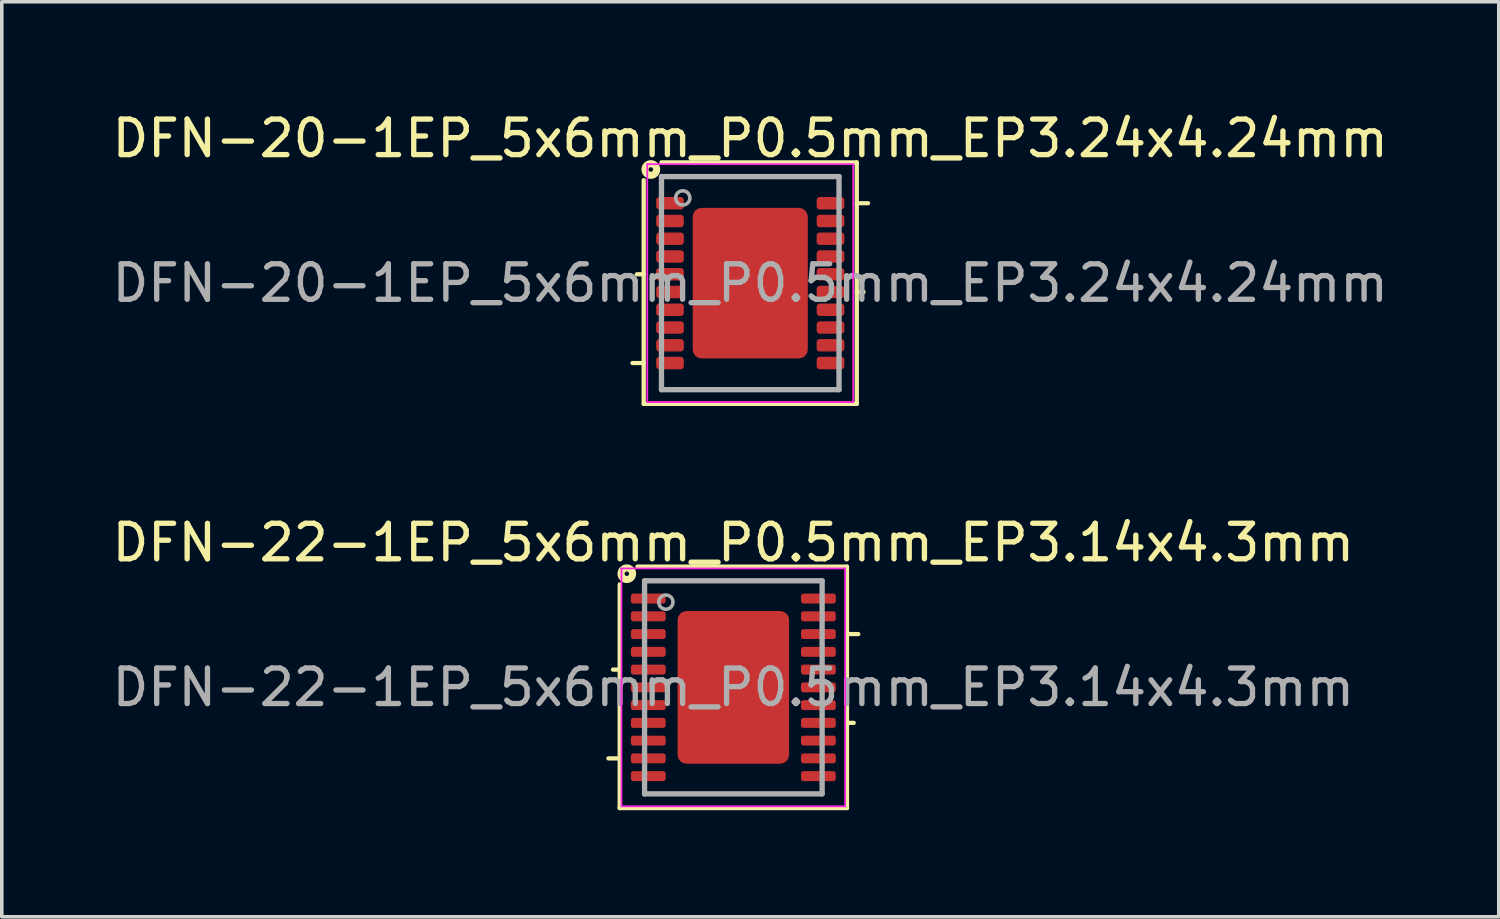
<source format=kicad_pcb>
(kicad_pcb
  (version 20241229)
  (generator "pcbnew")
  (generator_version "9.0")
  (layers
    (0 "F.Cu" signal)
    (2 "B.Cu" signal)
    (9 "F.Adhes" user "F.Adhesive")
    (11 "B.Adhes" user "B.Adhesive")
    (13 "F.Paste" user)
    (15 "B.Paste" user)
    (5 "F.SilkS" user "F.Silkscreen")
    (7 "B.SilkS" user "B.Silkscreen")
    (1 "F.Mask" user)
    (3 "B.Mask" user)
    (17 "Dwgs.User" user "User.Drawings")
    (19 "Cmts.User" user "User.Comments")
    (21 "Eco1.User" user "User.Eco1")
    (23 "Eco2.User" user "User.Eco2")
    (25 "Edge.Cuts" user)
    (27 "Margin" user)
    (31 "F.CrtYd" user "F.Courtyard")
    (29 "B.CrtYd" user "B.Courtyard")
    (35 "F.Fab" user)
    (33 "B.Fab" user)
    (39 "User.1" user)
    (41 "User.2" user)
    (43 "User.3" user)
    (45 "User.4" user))
  (footprint "DFN-22-1EP_5x6mm_P0.5mm_EP3.14x4.3mm"
    (layer "F.Cu")
    (at 17.601 16.306)
    (property "Reference" "DFN-22-1EP_5x6mm_P0.5mm_EP3.14x4.3mm" (at 0 -4.075 0) (layer "F.SilkS") (effects (font (size 1 1) (thickness 0.15))))
    (attr smd)
    (fp_line (start -3.2 -0.5) (end -3.39 -0.5) (stroke (width 0.12) (type solid)) (layer "F.SilkS"))
    (fp_line (start -3.2 2) (end -3.518 2) (stroke (width 0.12) (type solid)) (layer "F.SilkS"))
    (fp_line (start -3.2 3.4) (end -3.2 -2.9) (stroke (width 0.12) (type solid)) (layer "F.SilkS"))
    (fp_line (start -2.7 -3.4) (end 3.2 -3.4) (stroke (width 0.12) (type solid)) (layer "F.SilkS"))
    (fp_line (start 3.2 -3.4) (end 3.2 3.4) (stroke (width 0.12) (type solid)) (layer "F.SilkS"))
    (fp_line (start 3.2 -1.5) (end 3.518 -1.5) (stroke (width 0.12) (type solid)) (layer "F.SilkS"))
    (fp_line (start 3.2 1) (end 3.39 1) (stroke (width 0.12) (type solid)) (layer "F.SilkS"))
    (fp_line (start 3.2 3.4) (end -3.2 3.4) (stroke (width 0.12) (type solid)) (layer "F.SilkS"))
    (fp_circle (center -3 -3.2) (end -2.937 -3.2) (stroke (width 0.2) (type solid)) (fill no) (layer "F.SilkS"))
    (fp_line (start -3.15 -3.35) (end -3.15 3.35) (stroke (width 0.05) (type solid)) (layer "F.CrtYd"))
    (fp_line (start -3.15 -3.35) (end 3.15 -3.35) (stroke (width 0.05) (type solid)) (layer "F.CrtYd"))
    (fp_line (start -3.15 3.35) (end 3.15 3.35) (stroke (width 0.05) (type solid)) (layer "F.CrtYd"))
    (fp_line (start 3.15 -3.35) (end 3.15 3.35) (stroke (width 0.05) (type solid)) (layer "F.CrtYd"))
    (fp_line (start -2.5 -3) (end 2.5 -3) (stroke (width 0.15) (type solid)) (layer "F.Fab"))
    (fp_line (start -2.5 3) (end -2.5 -3) (stroke (width 0.15) (type solid)) (layer "F.Fab"))
    (fp_line (start 2.5 -3) (end 2.5 3) (stroke (width 0.15) (type solid)) (layer "F.Fab"))
    (fp_line (start 2.5 3) (end -2.5 3) (stroke (width 0.15) (type solid)) (layer "F.Fab"))
    (fp_circle (center -1.9 -2.4) (end -1.7 -2.4) (stroke (width 0.1) (type solid)) (fill no) (layer "F.Fab"))
    (fp_text user "${REFERENCE}" (at 0 0 0) (layer "F.Fab") (effects (font (size 1 1) (thickness 0.15))))
    (pad "" smd roundrect (at -1.05 -1.613) (size 0.855 0.855) (layers "F.Paste") (roundrect_rratio 0.25))
    (pad "" smd roundrect (at -1.05 -0.537) (size 0.855 0.855) (layers "F.Paste") (roundrect_rratio 0.25))
    (pad "" smd roundrect (at -1.05 0.537) (size 0.855 0.855) (layers "F.Paste") (roundrect_rratio 0.25))
    (pad "" smd roundrect (at -1.05 1.613) (size 0.855 0.855) (layers "F.Paste") (roundrect_rratio 0.25))
    (pad "" smd roundrect (at 0 -1.613) (size 0.855 0.855) (layers "F.Paste") (roundrect_rratio 0.25))
    (pad "" smd roundrect (at 0 -0.537) (size 0.855 0.855) (layers "F.Paste") (roundrect_rratio 0.25))
    (pad "" smd roundrect (at 0 0.537) (size 0.855 0.855) (layers "F.Paste") (roundrect_rratio 0.25))
    (pad "" smd roundrect (at 0 1.613) (size 0.855 0.855) (layers "F.Paste") (roundrect_rratio 0.25))
    (pad "" smd roundrect (at 1.05 -1.613) (size 0.855 0.855) (layers "F.Paste") (roundrect_rratio 0.25))
    (pad "" smd roundrect (at 1.05 -0.537) (size 0.855 0.855) (layers "F.Paste") (roundrect_rratio 0.25))
    (pad "" smd roundrect (at 1.05 0.537) (size 0.855 0.855) (layers "F.Paste") (roundrect_rratio 0.25))
    (pad "" smd roundrect (at 1.05 1.613) (size 0.855 0.855) (layers "F.Paste") (roundrect_rratio 0.25))
    (pad "1" smd roundrect (at -2.395 -2.5) (size 0.98 0.28) (layers "F.Cu" "F.Mask" "F.Paste") (roundrect_rratio 0.25))
    (pad "2" smd roundrect (at -2.395 -2) (size 0.98 0.28) (layers "F.Cu" "F.Mask" "F.Paste") (roundrect_rratio 0.25))
    (pad "3" smd roundrect (at -2.395 -1.5) (size 0.98 0.28) (layers "F.Cu" "F.Mask" "F.Paste") (roundrect_rratio 0.25))
    (pad "4" smd roundrect (at -2.395 -1) (size 0.98 0.28) (layers "F.Cu" "F.Mask" "F.Paste") (roundrect_rratio 0.25))
    (pad "5" smd roundrect (at -2.395 -0.5) (size 0.98 0.28) (layers "F.Cu" "F.Mask" "F.Paste") (roundrect_rratio 0.25))
    (pad "6" smd roundrect (at -2.395 0) (size 0.98 0.28) (layers "F.Cu" "F.Mask" "F.Paste") (roundrect_rratio 0.25))
    (pad "7" smd roundrect (at -2.395 0.5) (size 0.98 0.28) (layers "F.Cu" "F.Mask" "F.Paste") (roundrect_rratio 0.25))
    (pad "8" smd roundrect (at -2.395 1) (size 0.98 0.28) (layers "F.Cu" "F.Mask" "F.Paste") (roundrect_rratio 0.25))
    (pad "9" smd roundrect (at -2.395 1.5) (size 0.98 0.28) (layers "F.Cu" "F.Mask" "F.Paste") (roundrect_rratio 0.25))
    (pad "10" smd roundrect (at -2.395 2) (size 0.98 0.28) (layers "F.Cu" "F.Mask" "F.Paste") (roundrect_rratio 0.25))
    (pad "11" smd roundrect (at -2.395 2.5) (size 0.98 0.28) (layers "F.Cu" "F.Mask" "F.Paste") (roundrect_rratio 0.25))
    (pad "12" smd roundrect (at 2.395 2.5) (size 0.98 0.28) (layers "F.Cu" "F.Mask" "F.Paste") (roundrect_rratio 0.25))
    (pad "13" smd roundrect (at 2.395 2) (size 0.98 0.28) (layers "F.Cu" "F.Mask" "F.Paste") (roundrect_rratio 0.25))
    (pad "14" smd roundrect (at 2.395 1.5) (size 0.98 0.28) (layers "F.Cu" "F.Mask" "F.Paste") (roundrect_rratio 0.25))
    (pad "15" smd roundrect (at 2.395 1) (size 0.98 0.28) (layers "F.Cu" "F.Mask" "F.Paste") (roundrect_rratio 0.25))
    (pad "16" smd roundrect (at 2.395 0.5) (size 0.98 0.28) (layers "F.Cu" "F.Mask" "F.Paste") (roundrect_rratio 0.25))
    (pad "17" smd roundrect (at 2.395 0) (size 0.98 0.28) (layers "F.Cu" "F.Mask" "F.Paste") (roundrect_rratio 0.25))
    (pad "18" smd roundrect (at 2.395 -0.5) (size 0.98 0.28) (layers "F.Cu" "F.Mask" "F.Paste") (roundrect_rratio 0.25))
    (pad "19" smd roundrect (at 2.395 -1) (size 0.98 0.28) (layers "F.Cu" "F.Mask" "F.Paste") (roundrect_rratio 0.25))
    (pad "20" smd roundrect (at 2.395 -1.5) (size 0.98 0.28) (layers "F.Cu" "F.Mask" "F.Paste") (roundrect_rratio 0.25))
    (pad "21" smd roundrect (at 2.395 -2) (size 0.98 0.28) (layers "F.Cu" "F.Mask" "F.Paste") (roundrect_rratio 0.25))
    (pad "22" smd roundrect (at 2.395 -2.5) (size 0.98 0.28) (layers "F.Cu" "F.Mask" "F.Paste") (roundrect_rratio 0.25))
    (pad "23" smd roundrect (at 0 0) (size 3.14 4.3) (layers "F.Cu" "F.Mask") (roundrect_rratio 0.08)))
  (footprint "DFN-20-1EP_5x6mm_P0.5mm_EP3.24x4.24mm"
    (layer "F.Cu")
    (at 18.077 4.923)
    (property "Reference" "DFN-20-1EP_5x6mm_P0.5mm_EP3.24x4.24mm" (at 0 -4.075 0) (layer "F.SilkS") (effects (font (size 1 1) (thickness 0.15))))
    (attr smd)
    (fp_line (start -3 -0.25) (end -3.191 -0.25) (stroke (width 0.12) (type solid)) (layer "F.SilkS"))
    (fp_line (start -3 2.25) (end -3.317 2.25) (stroke (width 0.12) (type solid)) (layer "F.SilkS"))
    (fp_line (start -3 3.4) (end -3 -2.9) (stroke (width 0.12) (type solid)) (layer "F.SilkS"))
    (fp_line (start -2.5 -3.4) (end 3 -3.4) (stroke (width 0.12) (type solid)) (layer "F.SilkS"))
    (fp_line (start 3 -3.4) (end 3 3.4) (stroke (width 0.12) (type solid)) (layer "F.SilkS"))
    (fp_line (start 3 -2.25) (end 3.317 -2.25) (stroke (width 0.12) (type solid)) (layer "F.SilkS"))
    (fp_line (start 3 0.25) (end 3.191 0.25) (stroke (width 0.12) (type solid)) (layer "F.SilkS"))
    (fp_line (start 3 3.4) (end -3 3.4) (stroke (width 0.12) (type solid)) (layer "F.SilkS"))
    (fp_circle (center -2.8 -3.2) (end -2.736 -3.2) (stroke (width 0.2) (type solid)) (fill no) (layer "F.SilkS"))
    (fp_line (start -2.9 -3.35) (end -2.9 3.35) (stroke (width 0.05) (type solid)) (layer "F.CrtYd"))
    (fp_line (start -2.9 -3.35) (end 2.9 -3.35) (stroke (width 0.05) (type solid)) (layer "F.CrtYd"))
    (fp_line (start -2.9 3.35) (end 2.9 3.35) (stroke (width 0.05) (type solid)) (layer "F.CrtYd"))
    (fp_line (start 2.9 -3.35) (end 2.9 3.35) (stroke (width 0.05) (type solid)) (layer "F.CrtYd"))
    (fp_line (start -2.5 -3) (end 2.5 -3) (stroke (width 0.15) (type solid)) (layer "F.Fab"))
    (fp_line (start -2.5 3) (end -2.5 -3) (stroke (width 0.15) (type solid)) (layer "F.Fab"))
    (fp_line (start 2.5 -3) (end 2.5 3) (stroke (width 0.15) (type solid)) (layer "F.Fab"))
    (fp_line (start 2.5 3) (end -2.5 3) (stroke (width 0.15) (type solid)) (layer "F.Fab"))
    (fp_circle (center -1.9 -2.4) (end -1.7 -2.4) (stroke (width 0.1) (type solid)) (fill no) (layer "F.Fab"))
    (fp_text user "${REFERENCE}" (at 0 0 0) (layer "F.Fab") (effects (font (size 1 1) (thickness 0.15))))
    (pad "" smd roundrect (at -1.08 -1.59) (size 0.86 0.86) (layers "F.Paste") (roundrect_rratio 0.25))
    (pad "" smd roundrect (at -1.08 -0.53) (size 0.86 0.86) (layers "F.Paste") (roundrect_rratio 0.25))
    (pad "" smd roundrect (at -1.08 0.53) (size 0.86 0.86) (layers "F.Paste") (roundrect_rratio 0.25))
    (pad "" smd roundrect (at -1.08 1.59) (size 0.86 0.86) (layers "F.Paste") (roundrect_rratio 0.25))
    (pad "" smd roundrect (at 0 -1.59) (size 0.86 0.86) (layers "F.Paste") (roundrect_rratio 0.25))
    (pad "" smd roundrect (at 0 -0.53) (size 0.86 0.86) (layers "F.Paste") (roundrect_rratio 0.25))
    (pad "" smd roundrect (at 0 0.53) (size 0.86 0.86) (layers "F.Paste") (roundrect_rratio 0.25))
    (pad "" smd roundrect (at 0 1.59) (size 0.86 0.86) (layers "F.Paste") (roundrect_rratio 0.25))
    (pad "" smd roundrect (at 1.08 -1.59) (size 0.86 0.86) (layers "F.Paste") (roundrect_rratio 0.25))
    (pad "" smd roundrect (at 1.08 -0.53) (size 0.86 0.86) (layers "F.Paste") (roundrect_rratio 0.25))
    (pad "" smd roundrect (at 1.08 0.53) (size 0.86 0.86) (layers "F.Paste") (roundrect_rratio 0.25))
    (pad "" smd roundrect (at 1.08 1.59) (size 0.86 0.86) (layers "F.Paste") (roundrect_rratio 0.25))
    (pad "1" smd roundrect (at -2.26 -2.25) (size 0.78 0.35) (layers "F.Cu" "F.Mask" "F.Paste") (roundrect_rratio 0.25))
    (pad "2" smd roundrect (at -2.26 -1.75) (size 0.78 0.35) (layers "F.Cu" "F.Mask" "F.Paste") (roundrect_rratio 0.25))
    (pad "3" smd roundrect (at -2.26 -1.25) (size 0.78 0.35) (layers "F.Cu" "F.Mask" "F.Paste") (roundrect_rratio 0.25))
    (pad "4" smd roundrect (at -2.26 -0.75) (size 0.78 0.35) (layers "F.Cu" "F.Mask" "F.Paste") (roundrect_rratio 0.25))
    (pad "5" smd roundrect (at -2.26 -0.25) (size 0.78 0.35) (layers "F.Cu" "F.Mask" "F.Paste") (roundrect_rratio 0.25))
    (pad "6" smd roundrect (at -2.26 0.25) (size 0.78 0.35) (layers "F.Cu" "F.Mask" "F.Paste") (roundrect_rratio 0.25))
    (pad "7" smd roundrect (at -2.26 0.75) (size 0.78 0.35) (layers "F.Cu" "F.Mask" "F.Paste") (roundrect_rratio 0.25))
    (pad "8" smd roundrect (at -2.26 1.25) (size 0.78 0.35) (layers "F.Cu" "F.Mask" "F.Paste") (roundrect_rratio 0.25))
    (pad "9" smd roundrect (at -2.26 1.75) (size 0.78 0.35) (layers "F.Cu" "F.Mask" "F.Paste") (roundrect_rratio 0.25))
    (pad "10" smd roundrect (at -2.26 2.25) (size 0.78 0.35) (layers "F.Cu" "F.Mask" "F.Paste") (roundrect_rratio 0.25))
    (pad "11" smd roundrect (at 2.26 2.25) (size 0.78 0.35) (layers "F.Cu" "F.Mask" "F.Paste") (roundrect_rratio 0.25))
    (pad "12" smd roundrect (at 2.26 1.75) (size 0.78 0.35) (layers "F.Cu" "F.Mask" "F.Paste") (roundrect_rratio 0.25))
    (pad "13" smd roundrect (at 2.26 1.25) (size 0.78 0.35) (layers "F.Cu" "F.Mask" "F.Paste") (roundrect_rratio 0.25))
    (pad "14" smd roundrect (at 2.26 0.75) (size 0.78 0.35) (layers "F.Cu" "F.Mask" "F.Paste") (roundrect_rratio 0.25))
    (pad "15" smd roundrect (at 2.26 0.25) (size 0.78 0.35) (layers "F.Cu" "F.Mask" "F.Paste") (roundrect_rratio 0.25))
    (pad "16" smd roundrect (at 2.26 -0.25) (size 0.78 0.35) (layers "F.Cu" "F.Mask" "F.Paste") (roundrect_rratio 0.25))
    (pad "17" smd roundrect (at 2.26 -0.75) (size 0.78 0.35) (layers "F.Cu" "F.Mask" "F.Paste") (roundrect_rratio 0.25))
    (pad "18" smd roundrect (at 2.26 -1.25) (size 0.78 0.35) (layers "F.Cu" "F.Mask" "F.Paste") (roundrect_rratio 0.25))
    (pad "19" smd roundrect (at 2.26 -1.75) (size 0.78 0.35) (layers "F.Cu" "F.Mask" "F.Paste") (roundrect_rratio 0.25))
    (pad "20" smd roundrect (at 2.26 -2.25) (size 0.78 0.35) (layers "F.Cu" "F.Mask" "F.Paste") (roundrect_rratio 0.25))
    (pad "21" smd roundrect (at 0 0) (size 3.24 4.24) (layers "F.Cu" "F.Mask") (roundrect_rratio 0.077)))
  (gr_rect
    (start -3 -3)
    (end 39.155 22.767)
    (stroke (width 0.1) (type default))
    (fill no)
    (layer "Edge.Cuts")))
</source>
